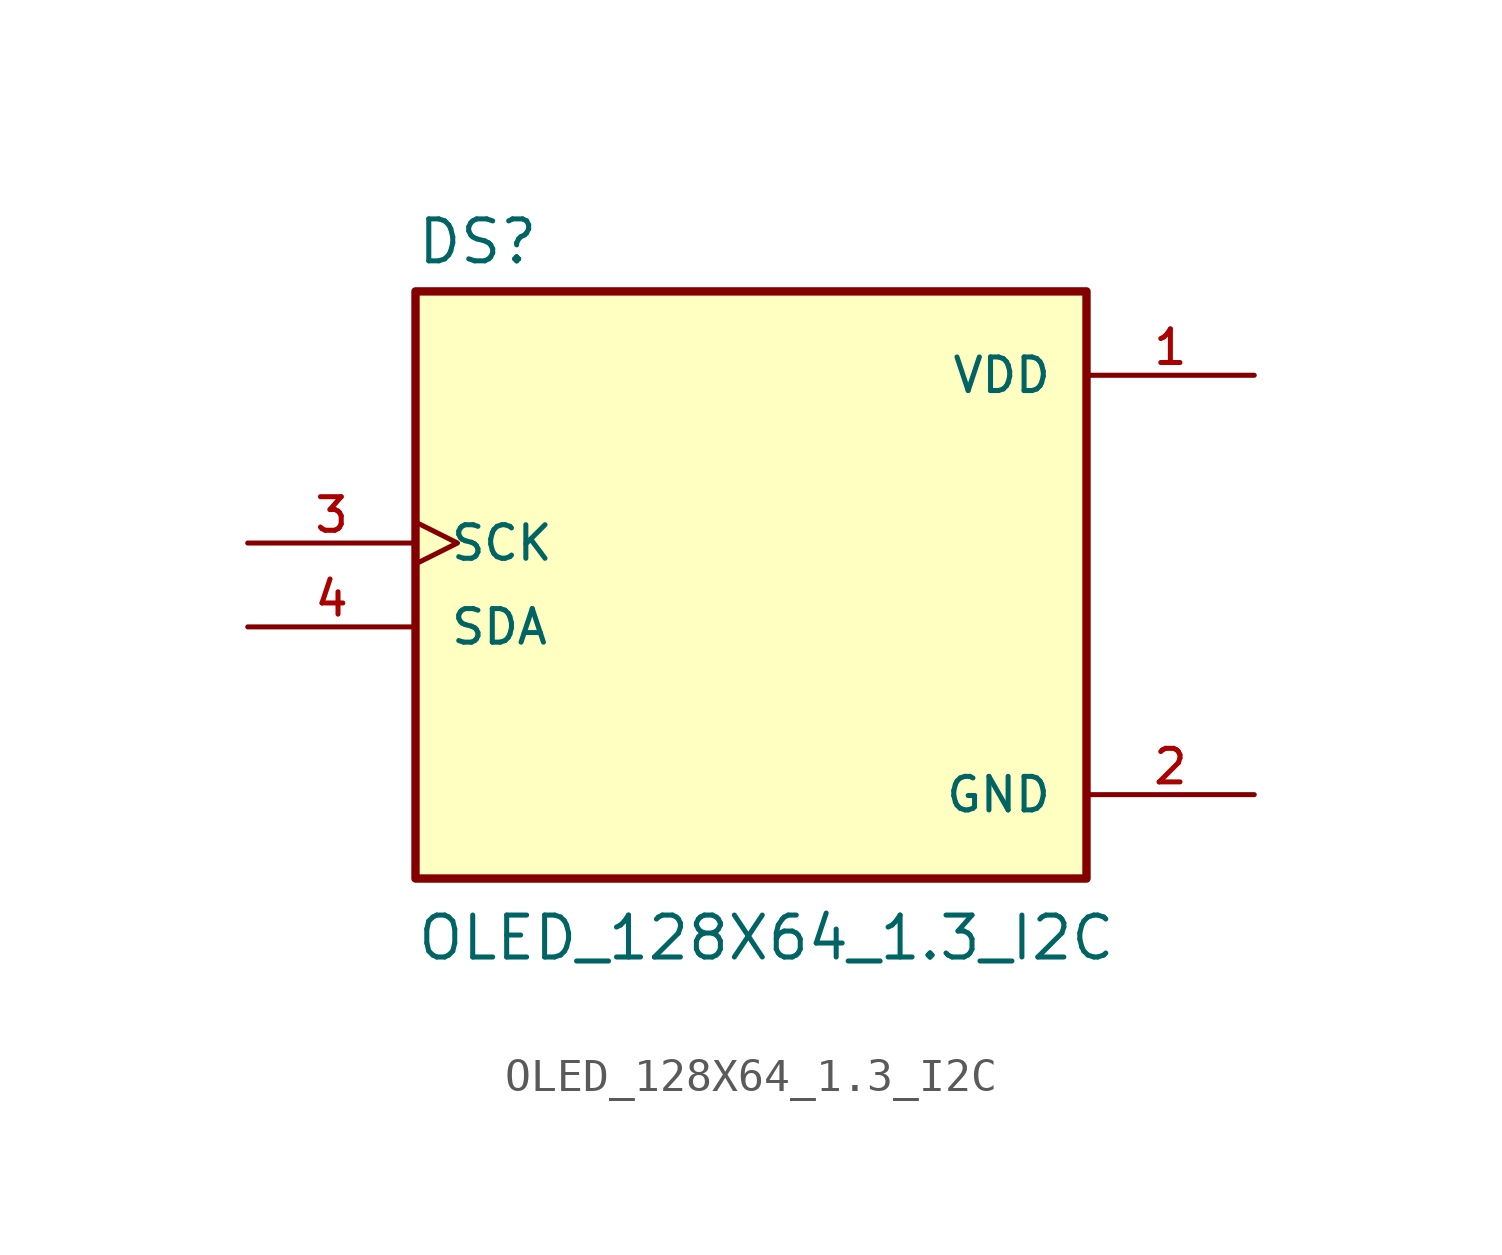
<source format=kicad_sym>
(kicad_symbol_lib
  (version 20211014)
  (generator kicad_symbol_editor)
  (symbol "OLED_128X64_1.3_I2C"
    (pin_names
      (offset 1.016))
    (property "Reference" "DS"
      (at -10.16 10.922 0)
      (effects (font (size 1.27 1.27)) (justify bottom left)))
    (property "Value" "OLED_128X64_1.3_I2C"
      (at -10.16 -10.16 0)
      (effects (font (size 1.27 1.27)) (justify bottom left)))
    (symbol "OLED_128X64_1.3_I2C_0_0"
      (rectangle (start -10.16 -7.62) (end 10.16 10.16) (stroke (width 0.254)) (fill (type background)))
      (pin power_in line (at 15.24 -5.08 180.0) (length 5.08) (name "GND" (effects (font (size 1.016 1.016)))) (number "2" (effects (font (size 1.016 1.016)))))
      (pin power_in line (at 15.24 7.62 180.0) (length 5.08) (name "VDD" (effects (font (size 1.016 1.016)))) (number "1" (effects (font (size 1.016 1.016)))))
      (pin input clock (at -15.24 2.54 0) (length 5.08) (name "SCK" (effects (font (size 1.016 1.016)))) (number "3" (effects (font (size 1.016 1.016)))))
      (pin bidirectional line (at -15.24 0.0 0) (length 5.08) (name "SDA" (effects (font (size 1.016 1.016)))) (number "4" (effects (font (size 1.016 1.016))))))))
</source>
